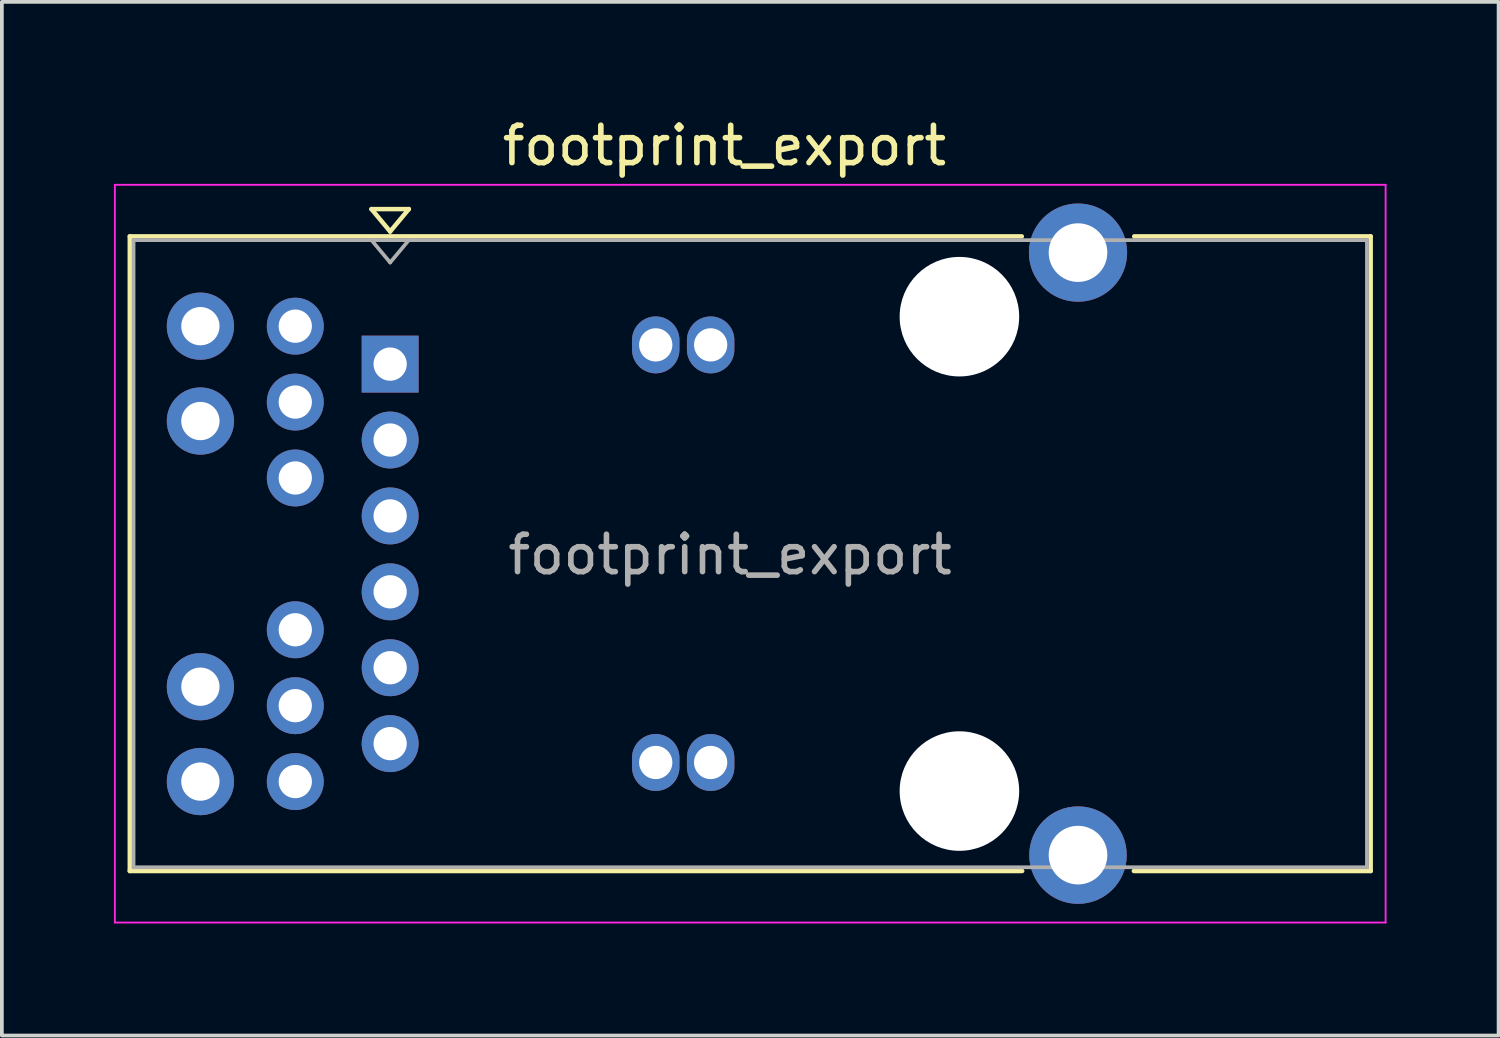
<source format=kicad_pcb>
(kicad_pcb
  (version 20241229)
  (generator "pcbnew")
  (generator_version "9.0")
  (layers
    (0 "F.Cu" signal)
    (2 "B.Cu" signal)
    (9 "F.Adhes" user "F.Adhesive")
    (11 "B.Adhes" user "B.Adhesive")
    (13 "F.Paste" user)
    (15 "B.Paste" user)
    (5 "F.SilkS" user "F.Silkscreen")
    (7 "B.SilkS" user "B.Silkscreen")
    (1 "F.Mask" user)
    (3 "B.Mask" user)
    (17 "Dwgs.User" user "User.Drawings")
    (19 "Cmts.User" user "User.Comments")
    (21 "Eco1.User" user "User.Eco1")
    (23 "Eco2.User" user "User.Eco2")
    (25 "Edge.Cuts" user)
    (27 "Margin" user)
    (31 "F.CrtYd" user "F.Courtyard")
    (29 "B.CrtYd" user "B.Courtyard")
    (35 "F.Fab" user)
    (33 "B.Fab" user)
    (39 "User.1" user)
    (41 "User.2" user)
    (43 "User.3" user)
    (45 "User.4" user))
  (footprint "footprint_export"
    (layer "F.Cu")
    (at 7.395 6.698)
    (property "Reference" "footprint_export" (at 8.95 -5.85 180) (layer "F.SilkS") (effects (font (size 1 1) (thickness 0.15))))
    (attr through_hole)
    (fp_line (start -6.97 -3.42) (end 16.91 -3.42) (stroke (width 0.12) (type solid)) (layer "F.SilkS"))
    (fp_line (start -6.97 13.57) (end -6.97 -3.42) (stroke (width 0.12) (type solid)) (layer "F.SilkS"))
    (fp_line (start -0.5 -4.15) (end 0 -3.55) (stroke (width 0.12) (type solid)) (layer "F.SilkS"))
    (fp_line (start -0.5 -4.15) (end 0.5 -4.15) (stroke (width 0.12) (type solid)) (layer "F.SilkS"))
    (fp_line (start 0.5 -4.15) (end 0 -3.55) (stroke (width 0.12) (type solid)) (layer "F.SilkS"))
    (fp_line (start 16.92 13.57) (end -6.97 13.57) (stroke (width 0.12) (type solid)) (layer "F.SilkS"))
    (fp_line (start 26.25 -3.42) (end 19.92 -3.42) (stroke (width 0.12) (type solid)) (layer "F.SilkS"))
    (fp_line (start 26.25 13.57) (end 19.91 13.57) (stroke (width 0.12) (type solid)) (layer "F.SilkS"))
    (fp_line (start 26.25 13.57) (end 26.25 -3.42) (stroke (width 0.12) (type solid)) (layer "F.SilkS"))
    (fp_line (start -7.37 -4.8) (end 26.65 -4.8) (stroke (width 0.05) (type solid)) (layer "F.CrtYd"))
    (fp_line (start -7.37 14.95) (end -7.37 -4.8) (stroke (width 0.05) (type solid)) (layer "F.CrtYd"))
    (fp_line (start -7.37 14.95) (end 26.65 14.95) (stroke (width 0.05) (type solid)) (layer "F.CrtYd"))
    (fp_line (start 26.65 14.95) (end 26.65 -4.8) (stroke (width 0.05) (type solid)) (layer "F.CrtYd"))
    (fp_line (start -6.87 -3.32) (end -6.87 13.47) (stroke (width 0.1) (type solid)) (layer "F.Fab"))
    (fp_line (start -6.87 -3.32) (end 26.15 -3.32) (stroke (width 0.1) (type solid)) (layer "F.Fab"))
    (fp_line (start -6.87 13.47) (end 26.15 13.47) (stroke (width 0.1) (type solid)) (layer "F.Fab"))
    (fp_line (start -0.5 -3.32) (end 0 -2.72) (stroke (width 0.1) (type solid)) (layer "F.Fab"))
    (fp_line (start 0 -2.72) (end 0.5 -3.32) (stroke (width 0.1) (type solid)) (layer "F.Fab"))
    (fp_line (start 26.15 13.47) (end 26.15 -3.32) (stroke (width 0.1) (type solid)) (layer "F.Fab"))
    (fp_text user "${REFERENCE}" (at 9.1 5.1 180) (layer "F.Fab") (effects (font (size 1 1) (thickness 0.15))))
    (pad "" np_thru_hole circle (at 15.24 -1.27 180) (size 3.2 3.2) (drill 3.2) (layers "*.Cu" "*.Mask"))
    (pad "" np_thru_hole circle (at 15.24 11.43 180) (size 3.2 3.2) (drill 3.2) (layers "*.Cu" "*.Mask"))
    (pad "1" thru_hole rect (at 0 0 180) (size 1.524 1.524) (drill 0.89) (layers "*.Cu" "*.Mask"))
    (pad "2" thru_hole circle (at 0 2.032 180) (size 1.524 1.524) (drill 0.89) (layers "*.Cu" "*.Mask"))
    (pad "3" thru_hole circle (at 0 4.064 180) (size 1.524 1.524) (drill 0.89) (layers "*.Cu" "*.Mask"))
    (pad "4" thru_hole circle (at 0 6.096 180) (size 1.524 1.524) (drill 0.89) (layers "*.Cu" "*.Mask"))
    (pad "5" thru_hole circle (at 0 8.128 180) (size 1.524 1.524) (drill 0.89) (layers "*.Cu" "*.Mask"))
    (pad "6" thru_hole circle (at 0 10.16 180) (size 1.524 1.524) (drill 0.89) (layers "*.Cu" "*.Mask"))
    (pad "7" thru_hole circle (at -2.54 -1.016 180) (size 1.524 1.524) (drill 0.89) (layers "*.Cu" "*.Mask"))
    (pad "8" thru_hole circle (at -2.54 1.016 180) (size 1.524 1.524) (drill 0.89) (layers "*.Cu" "*.Mask"))
    (pad "9" thru_hole circle (at -2.54 3.048 180) (size 1.524 1.524) (drill 0.89) (layers "*.Cu" "*.Mask"))
    (pad "10" thru_hole circle (at -2.54 7.112 180) (size 1.524 1.524) (drill 0.89) (layers "*.Cu" "*.Mask"))
    (pad "11" thru_hole circle (at -2.54 9.144 180) (size 1.524 1.524) (drill 0.89) (layers "*.Cu" "*.Mask"))
    (pad "12" thru_hole circle (at -2.54 11.176 180) (size 1.524 1.524) (drill 0.89) (layers "*.Cu" "*.Mask"))
    (pad "13" thru_hole circle (at -5.08 -1.016 180) (size 1.8 1.8) (drill 1.025) (layers "*.Cu" "*.Mask"))
    (pad "14" thru_hole circle (at -5.08 1.524 180) (size 1.8 1.8) (drill 1.025) (layers "*.Cu" "*.Mask"))
    (pad "15" thru_hole circle (at -5.08 8.636 180) (size 1.8 1.8) (drill 1.025) (layers "*.Cu" "*.Mask"))
    (pad "16" thru_hole circle (at -5.08 11.176 180) (size 1.8 1.8) (drill 1.025) (layers "*.Cu" "*.Mask"))
    (pad "17" thru_hole oval (at 7.11 -0.515 180) (size 1.27 1.524) (drill 0.89) (layers "*.Cu" "*.Mask"))
    (pad "18" thru_hole oval (at 7.11 10.665 180) (size 1.27 1.524) (drill 0.89) (layers "*.Cu" "*.Mask"))
    (pad "19" thru_hole oval (at 8.58 -0.515 180) (size 1.27 1.524) (drill 0.89) (layers "*.Cu" "*.Mask"))
    (pad "20" thru_hole oval (at 8.58 10.665 180) (size 1.27 1.524) (drill 0.89) (layers "*.Cu" "*.Mask"))
    (pad "SH" thru_hole circle (at 18.415 -2.985 180) (size 2.63 2.63) (drill 1.57) (layers "*.Cu" "*.Mask"))
    (pad "SH" thru_hole circle (at 18.415 13.145 180) (size 2.61 2.61) (drill 1.57) (layers "*.Cu" "*.Mask")))
  (gr_rect
    (start -3 -3)
    (end 37.07 24.673)
    (stroke (width 0.1) (type default))
    (fill no)
    (layer "Edge.Cuts")))
</source>
